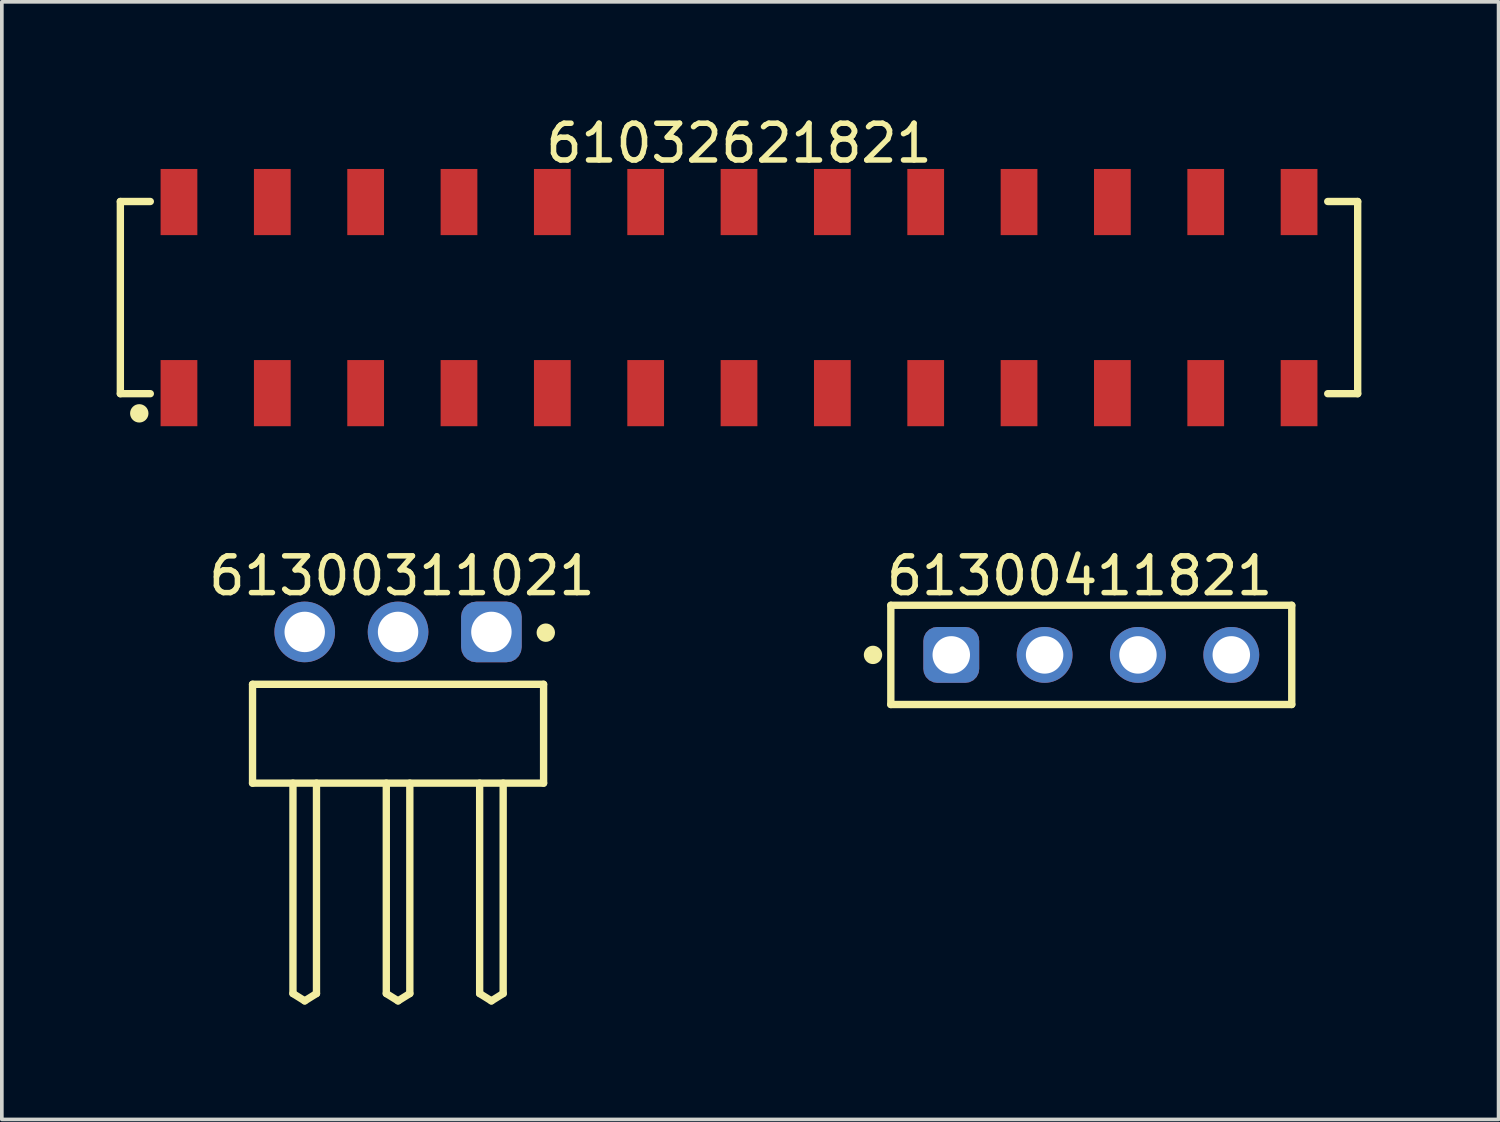
<source format=kicad_pcb>
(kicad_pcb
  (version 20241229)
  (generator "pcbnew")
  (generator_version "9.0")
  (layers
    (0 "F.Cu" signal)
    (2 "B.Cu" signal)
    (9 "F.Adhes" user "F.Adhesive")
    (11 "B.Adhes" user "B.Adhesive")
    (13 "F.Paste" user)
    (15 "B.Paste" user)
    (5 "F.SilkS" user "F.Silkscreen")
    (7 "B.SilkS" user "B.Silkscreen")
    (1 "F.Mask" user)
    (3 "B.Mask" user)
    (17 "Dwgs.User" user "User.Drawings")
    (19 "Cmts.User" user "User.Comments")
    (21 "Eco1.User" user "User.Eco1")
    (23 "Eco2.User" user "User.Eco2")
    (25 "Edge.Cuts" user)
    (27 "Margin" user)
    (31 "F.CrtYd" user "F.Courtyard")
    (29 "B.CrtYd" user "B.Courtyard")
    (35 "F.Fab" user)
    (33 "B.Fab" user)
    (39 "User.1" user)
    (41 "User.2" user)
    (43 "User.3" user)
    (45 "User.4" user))
  (footprint "61300411821"
    (layer "F.Cu")
    (at 26.646 14.771)
    (property "Reference" "61300411821" (at -0.318 -2.15 0) (layer "F.SilkS") (effects (font (size 1 1) (thickness 0.15))))
    (fp_line (start -5.455 -1.35) (end 5.455 -1.35) (stroke (width 0.2) (type solid)) (layer "F.SilkS"))
    (fp_line (start -5.455 1.35) (end -5.455 -1.35) (stroke (width 0.2) (type solid)) (layer "F.SilkS"))
    (fp_line (start -5.455 1.35) (end 5.455 1.35) (stroke (width 0.2) (type solid)) (layer "F.SilkS"))
    (fp_line (start 5.455 1.35) (end 5.455 -1.35) (stroke (width 0.2) (type solid)) (layer "F.SilkS"))
    (fp_circle (center -5.94 0) (end -5.94 -0.125) (stroke (width 0.25) (type solid)) (fill no) (layer "F.SilkS"))
    (fp_line (start -5.655 -1.55) (end 5.655 -1.55) (stroke (width 0.05) (type solid)) (layer "Eco2.User"))
    (fp_line (start -5.655 1.55) (end -5.655 -1.55) (stroke (width 0.05) (type solid)) (layer "Eco2.User"))
    (fp_line (start -5.655 1.55) (end 5.655 1.55) (stroke (width 0.05) (type solid)) (layer "Eco2.User"))
    (fp_line (start -5.33 -1.25) (end 5.33 -1.25) (stroke (width 0.1) (type solid)) (layer "Eco2.User"))
    (fp_line (start -5.33 1.25) (end -5.33 -1.25) (stroke (width 0.1) (type solid)) (layer "Eco2.User"))
    (fp_line (start -5.33 1.25) (end 5.33 1.25) (stroke (width 0.1) (type solid)) (layer "Eco2.User"))
    (fp_line (start -0.5 0) (end 0.5 0) (stroke (width 0.05) (type solid)) (layer "Eco2.User"))
    (fp_line (start 0 0.5) (end 0 -0.5) (stroke (width 0.05) (type solid)) (layer "Eco2.User"))
    (fp_line (start 5.33 1.25) (end 5.33 -1.25) (stroke (width 0.1) (type solid)) (layer "Eco2.User"))
    (fp_line (start 5.655 1.55) (end 5.655 -1.55) (stroke (width 0.05) (type solid)) (layer "Eco2.User"))
    (fp_text user "${REFERENCE}" (at 0.15 -0.197 0) (unlocked yes) (layer "User.3") (effects (font (size 1.5 1.5) (thickness 0.15))))
    (pad "1" thru_hole roundrect (at -3.81 0) (size 1.52 1.52) (drill 1.02) (layers "*.Cu" "*.Mask") (roundrect_rratio 0.25))
    (pad "2" thru_hole circle (at -1.27 0) (size 1.52 1.52) (drill 1.02) (layers "*.Cu" "*.Mask"))
    (pad "3" thru_hole circle (at 1.27 0) (size 1.52 1.52) (drill 1.02) (layers "*.Cu" "*.Mask"))
    (pad "4" thru_hole circle (at 3.81 0) (size 1.52 1.52) (drill 1.02) (layers "*.Cu" "*.Mask")))
  (footprint "61032621821"
    (layer "F.Cu")
    (at 17.06 5.048)
    (property "Reference" "61032621821" (at 0 -4.2 0) (layer "F.SilkS") (effects (font (size 1 1) (thickness 0.15))))
    (fp_line (start -16.835 -2.615) (end -16.02 -2.615) (stroke (width 0.2) (type solid)) (layer "F.SilkS"))
    (fp_line (start -16.835 2.615) (end -16.835 -2.615) (stroke (width 0.2) (type solid)) (layer "F.SilkS"))
    (fp_line (start -16.835 2.615) (end -16.02 2.615) (stroke (width 0.2) (type solid)) (layer "F.SilkS"))
    (fp_line (start 16.02 -2.615) (end 16.835 -2.615) (stroke (width 0.2) (type solid)) (layer "F.SilkS"))
    (fp_line (start 16.02 2.615) (end 16.835 2.615) (stroke (width 0.2) (type solid)) (layer "F.SilkS"))
    (fp_line (start 16.835 2.615) (end 16.835 -2.615) (stroke (width 0.2) (type solid)) (layer "F.SilkS"))
    (fp_circle (center -16.32 3.15) (end -16.32 3.025) (stroke (width 0.25) (type solid)) (fill no) (layer "F.SilkS"))
    (fp_line (start -17.035 -3.7) (end 17.035 -3.7) (stroke (width 0.05) (type solid)) (layer "Eco2.User"))
    (fp_line (start -17.035 3.7) (end -17.035 -3.7) (stroke (width 0.05) (type solid)) (layer "Eco2.User"))
    (fp_line (start -17.035 3.7) (end 17.035 3.7) (stroke (width 0.05) (type solid)) (layer "Eco2.User"))
    (fp_line (start -16.76 -2.54) (end 16.76 -2.54) (stroke (width 0.1) (type solid)) (layer "Eco2.User"))
    (fp_line (start -16.76 2.54) (end -16.76 -2.54) (stroke (width 0.1) (type solid)) (layer "Eco2.User"))
    (fp_line (start -16.76 2.54) (end 16.76 2.54) (stroke (width 0.1) (type solid)) (layer "Eco2.User"))
    (fp_line (start -15.56 -3.35) (end -14.92 -3.35) (stroke (width 0.1) (type solid)) (layer "Eco2.User"))
    (fp_line (start -15.56 -2.54) (end -15.56 -3.35) (stroke (width 0.1) (type solid)) (layer "Eco2.User"))
    (fp_line (start -15.56 3.35) (end -15.56 2.54) (stroke (width 0.1) (type solid)) (layer "Eco2.User"))
    (fp_line (start -15.56 3.35) (end -14.92 3.35) (stroke (width 0.1) (type solid)) (layer "Eco2.User"))
    (fp_line (start -14.92 -2.54) (end -14.92 -3.35) (stroke (width 0.1) (type solid)) (layer "Eco2.User"))
    (fp_line (start -14.92 3.35) (end -14.92 2.54) (stroke (width 0.1) (type solid)) (layer "Eco2.User"))
    (fp_line (start -13.02 -3.35) (end -12.38 -3.35) (stroke (width 0.1) (type solid)) (layer "Eco2.User"))
    (fp_line (start -13.02 -2.54) (end -13.02 -3.35) (stroke (width 0.1) (type solid)) (layer "Eco2.User"))
    (fp_line (start -13.02 3.35) (end -13.02 2.54) (stroke (width 0.1) (type solid)) (layer "Eco2.User"))
    (fp_line (start -13.02 3.35) (end -12.38 3.35) (stroke (width 0.1) (type solid)) (layer "Eco2.User"))
    (fp_line (start -12.38 -2.54) (end -12.38 -3.35) (stroke (width 0.1) (type solid)) (layer "Eco2.User"))
    (fp_line (start -12.38 3.35) (end -12.38 2.54) (stroke (width 0.1) (type solid)) (layer "Eco2.User"))
    (fp_line (start -10.48 -3.35) (end -9.84 -3.35) (stroke (width 0.1) (type solid)) (layer "Eco2.User"))
    (fp_line (start -10.48 -2.54) (end -10.48 -3.35) (stroke (width 0.1) (type solid)) (layer "Eco2.User"))
    (fp_line (start -10.48 3.35) (end -10.48 2.54) (stroke (width 0.1) (type solid)) (layer "Eco2.User"))
    (fp_line (start -10.48 3.35) (end -9.84 3.35) (stroke (width 0.1) (type solid)) (layer "Eco2.User"))
    (fp_line (start -9.84 -2.54) (end -9.84 -3.35) (stroke (width 0.1) (type solid)) (layer "Eco2.User"))
    (fp_line (start -9.84 3.35) (end -9.84 2.54) (stroke (width 0.1) (type solid)) (layer "Eco2.User"))
    (fp_line (start -7.94 -3.35) (end -7.3 -3.35) (stroke (width 0.1) (type solid)) (layer "Eco2.User"))
    (fp_line (start -7.94 -2.54) (end -7.94 -3.35) (stroke (width 0.1) (type solid)) (layer "Eco2.User"))
    (fp_line (start -7.94 3.35) (end -7.94 2.54) (stroke (width 0.1) (type solid)) (layer "Eco2.User"))
    (fp_line (start -7.94 3.35) (end -7.3 3.35) (stroke (width 0.1) (type solid)) (layer "Eco2.User"))
    (fp_line (start -7.3 -2.54) (end -7.3 -3.35) (stroke (width 0.1) (type solid)) (layer "Eco2.User"))
    (fp_line (start -7.3 3.35) (end -7.3 2.54) (stroke (width 0.1) (type solid)) (layer "Eco2.User"))
    (fp_line (start -5.4 -3.35) (end -4.76 -3.35) (stroke (width 0.1) (type solid)) (layer "Eco2.User"))
    (fp_line (start -5.4 -2.54) (end -5.4 -3.35) (stroke (width 0.1) (type solid)) (layer "Eco2.User"))
    (fp_line (start -5.4 3.35) (end -5.4 2.54) (stroke (width 0.1) (type solid)) (layer "Eco2.User"))
    (fp_line (start -5.4 3.35) (end -4.76 3.35) (stroke (width 0.1) (type solid)) (layer "Eco2.User"))
    (fp_line (start -4.76 -2.54) (end -4.76 -3.35) (stroke (width 0.1) (type solid)) (layer "Eco2.User"))
    (fp_line (start -4.76 3.35) (end -4.76 2.54) (stroke (width 0.1) (type solid)) (layer "Eco2.User"))
    (fp_line (start -2.86 -3.35) (end -2.22 -3.35) (stroke (width 0.1) (type solid)) (layer "Eco2.User"))
    (fp_line (start -2.86 -2.54) (end -2.86 -3.35) (stroke (width 0.1) (type solid)) (layer "Eco2.User"))
    (fp_line (start -2.86 3.35) (end -2.86 2.54) (stroke (width 0.1) (type solid)) (layer "Eco2.User"))
    (fp_line (start -2.86 3.35) (end -2.22 3.35) (stroke (width 0.1) (type solid)) (layer "Eco2.User"))
    (fp_line (start -2.22 -2.54) (end -2.22 -3.35) (stroke (width 0.1) (type solid)) (layer "Eco2.User"))
    (fp_line (start -2.22 3.35) (end -2.22 2.54) (stroke (width 0.1) (type solid)) (layer "Eco2.User"))
    (fp_line (start -0.5 0) (end 0.5 0) (stroke (width 0.05) (type solid)) (layer "Eco2.User"))
    (fp_line (start -0.32 -3.35) (end 0.32 -3.35) (stroke (width 0.1) (type solid)) (layer "Eco2.User"))
    (fp_line (start -0.32 -2.54) (end -0.32 -3.35) (stroke (width 0.1) (type solid)) (layer "Eco2.User"))
    (fp_line (start -0.32 3.35) (end -0.32 2.54) (stroke (width 0.1) (type solid)) (layer "Eco2.User"))
    (fp_line (start -0.32 3.35) (end 0.32 3.35) (stroke (width 0.1) (type solid)) (layer "Eco2.User"))
    (fp_line (start 0 0.5) (end 0 -0.5) (stroke (width 0.05) (type solid)) (layer "Eco2.User"))
    (fp_line (start 0.32 -2.54) (end 0.32 -3.35) (stroke (width 0.1) (type solid)) (layer "Eco2.User"))
    (fp_line (start 0.32 3.35) (end 0.32 2.54) (stroke (width 0.1) (type solid)) (layer "Eco2.User"))
    (fp_line (start 2.22 -3.35) (end 2.86 -3.35) (stroke (width 0.1) (type solid)) (layer "Eco2.User"))
    (fp_line (start 2.22 -2.54) (end 2.22 -3.35) (stroke (width 0.1) (type solid)) (layer "Eco2.User"))
    (fp_line (start 2.22 3.35) (end 2.22 2.54) (stroke (width 0.1) (type solid)) (layer "Eco2.User"))
    (fp_line (start 2.22 3.35) (end 2.86 3.35) (stroke (width 0.1) (type solid)) (layer "Eco2.User"))
    (fp_line (start 2.86 -2.54) (end 2.86 -3.35) (stroke (width 0.1) (type solid)) (layer "Eco2.User"))
    (fp_line (start 2.86 3.35) (end 2.86 2.54) (stroke (width 0.1) (type solid)) (layer "Eco2.User"))
    (fp_line (start 4.76 -3.35) (end 5.4 -3.35) (stroke (width 0.1) (type solid)) (layer "Eco2.User"))
    (fp_line (start 4.76 -2.54) (end 4.76 -3.35) (stroke (width 0.1) (type solid)) (layer "Eco2.User"))
    (fp_line (start 4.76 3.35) (end 4.76 2.54) (stroke (width 0.1) (type solid)) (layer "Eco2.User"))
    (fp_line (start 4.76 3.35) (end 5.4 3.35) (stroke (width 0.1) (type solid)) (layer "Eco2.User"))
    (fp_line (start 5.4 -2.54) (end 5.4 -3.35) (stroke (width 0.1) (type solid)) (layer "Eco2.User"))
    (fp_line (start 5.4 3.35) (end 5.4 2.54) (stroke (width 0.1) (type solid)) (layer "Eco2.User"))
    (fp_line (start 7.3 -3.35) (end 7.94 -3.35) (stroke (width 0.1) (type solid)) (layer "Eco2.User"))
    (fp_line (start 7.3 -2.54) (end 7.3 -3.35) (stroke (width 0.1) (type solid)) (layer "Eco2.User"))
    (fp_line (start 7.3 3.35) (end 7.3 2.54) (stroke (width 0.1) (type solid)) (layer "Eco2.User"))
    (fp_line (start 7.3 3.35) (end 7.94 3.35) (stroke (width 0.1) (type solid)) (layer "Eco2.User"))
    (fp_line (start 7.94 -2.54) (end 7.94 -3.35) (stroke (width 0.1) (type solid)) (layer "Eco2.User"))
    (fp_line (start 7.94 3.35) (end 7.94 2.54) (stroke (width 0.1) (type solid)) (layer "Eco2.User"))
    (fp_line (start 9.84 -3.35) (end 10.48 -3.35) (stroke (width 0.1) (type solid)) (layer "Eco2.User"))
    (fp_line (start 9.84 -2.54) (end 9.84 -3.35) (stroke (width 0.1) (type solid)) (layer "Eco2.User"))
    (fp_line (start 9.84 3.35) (end 9.84 2.54) (stroke (width 0.1) (type solid)) (layer "Eco2.User"))
    (fp_line (start 9.84 3.35) (end 10.48 3.35) (stroke (width 0.1) (type solid)) (layer "Eco2.User"))
    (fp_line (start 10.48 -2.54) (end 10.48 -3.35) (stroke (width 0.1) (type solid)) (layer "Eco2.User"))
    (fp_line (start 10.48 3.35) (end 10.48 2.54) (stroke (width 0.1) (type solid)) (layer "Eco2.User"))
    (fp_line (start 12.38 -3.35) (end 13.02 -3.35) (stroke (width 0.1) (type solid)) (layer "Eco2.User"))
    (fp_line (start 12.38 -2.54) (end 12.38 -3.35) (stroke (width 0.1) (type solid)) (layer "Eco2.User"))
    (fp_line (start 12.38 3.35) (end 12.38 2.54) (stroke (width 0.1) (type solid)) (layer "Eco2.User"))
    (fp_line (start 12.38 3.35) (end 13.02 3.35) (stroke (width 0.1) (type solid)) (layer "Eco2.User"))
    (fp_line (start 13.02 -2.54) (end 13.02 -3.35) (stroke (width 0.1) (type solid)) (layer "Eco2.User"))
    (fp_line (start 13.02 3.35) (end 13.02 2.54) (stroke (width 0.1) (type solid)) (layer "Eco2.User"))
    (fp_line (start 14.92 -3.35) (end 15.56 -3.35) (stroke (width 0.1) (type solid)) (layer "Eco2.User"))
    (fp_line (start 14.92 -2.54) (end 14.92 -3.35) (stroke (width 0.1) (type solid)) (layer "Eco2.User"))
    (fp_line (start 14.92 3.35) (end 14.92 2.54) (stroke (width 0.1) (type solid)) (layer "Eco2.User"))
    (fp_line (start 14.92 3.35) (end 15.56 3.35) (stroke (width 0.1) (type solid)) (layer "Eco2.User"))
    (fp_line (start 15.56 -2.54) (end 15.56 -3.35) (stroke (width 0.1) (type solid)) (layer "Eco2.User"))
    (fp_line (start 15.56 3.35) (end 15.56 2.54) (stroke (width 0.1) (type solid)) (layer "Eco2.User"))
    (fp_line (start 16.76 2.54) (end 16.76 -2.54) (stroke (width 0.1) (type solid)) (layer "Eco2.User"))
    (fp_line (start 17.035 3.7) (end 17.035 -3.7) (stroke (width 0.05) (type solid)) (layer "Eco2.User"))
    (fp_text user "${REFERENCE}" (at 0.15 -0.197 0) (unlocked yes) (layer "User.3") (effects (font (size 1.5 1.5) (thickness 0.15))))
    (pad "1" smd rect (at -15.24 2.6) (size 1 1.8) (layers "F.Cu" "F.Mask" "F.Paste"))
    (pad "2" smd rect (at -15.24 -2.6) (size 1 1.8) (layers "F.Cu" "F.Mask" "F.Paste"))
    (pad "3" smd rect (at -12.7 2.6) (size 1 1.8) (layers "F.Cu" "F.Mask" "F.Paste"))
    (pad "4" smd rect (at -12.7 -2.6) (size 1 1.8) (layers "F.Cu" "F.Mask" "F.Paste"))
    (pad "5" smd rect (at -10.16 2.6) (size 1 1.8) (layers "F.Cu" "F.Mask" "F.Paste"))
    (pad "6" smd rect (at -10.16 -2.6) (size 1 1.8) (layers "F.Cu" "F.Mask" "F.Paste"))
    (pad "7" smd rect (at -7.62 2.6) (size 1 1.8) (layers "F.Cu" "F.Mask" "F.Paste"))
    (pad "8" smd rect (at -7.62 -2.6) (size 1 1.8) (layers "F.Cu" "F.Mask" "F.Paste"))
    (pad "9" smd rect (at -5.08 2.6) (size 1 1.8) (layers "F.Cu" "F.Mask" "F.Paste"))
    (pad "10" smd rect (at -5.08 -2.6) (size 1 1.8) (layers "F.Cu" "F.Mask" "F.Paste"))
    (pad "11" smd rect (at -2.54 2.6) (size 1 1.8) (layers "F.Cu" "F.Mask" "F.Paste"))
    (pad "12" smd rect (at -2.54 -2.6) (size 1 1.8) (layers "F.Cu" "F.Mask" "F.Paste"))
    (pad "13" smd rect (at 0 2.6) (size 1 1.8) (layers "F.Cu" "F.Mask" "F.Paste"))
    (pad "14" smd rect (at 0 -2.6) (size 1 1.8) (layers "F.Cu" "F.Mask" "F.Paste"))
    (pad "15" smd rect (at 2.54 2.6) (size 1 1.8) (layers "F.Cu" "F.Mask" "F.Paste"))
    (pad "16" smd rect (at 2.54 -2.6) (size 1 1.8) (layers "F.Cu" "F.Mask" "F.Paste"))
    (pad "17" smd rect (at 5.08 2.6) (size 1 1.8) (layers "F.Cu" "F.Mask" "F.Paste"))
    (pad "18" smd rect (at 5.08 -2.6) (size 1 1.8) (layers "F.Cu" "F.Mask" "F.Paste"))
    (pad "19" smd rect (at 7.62 2.6) (size 1 1.8) (layers "F.Cu" "F.Mask" "F.Paste"))
    (pad "20" smd rect (at 7.62 -2.6) (size 1 1.8) (layers "F.Cu" "F.Mask" "F.Paste"))
    (pad "21" smd rect (at 10.16 2.6) (size 1 1.8) (layers "F.Cu" "F.Mask" "F.Paste"))
    (pad "22" smd rect (at 10.16 -2.6) (size 1 1.8) (layers "F.Cu" "F.Mask" "F.Paste"))
    (pad "23" smd rect (at 12.7 2.6) (size 1 1.8) (layers "F.Cu" "F.Mask" "F.Paste"))
    (pad "24" smd rect (at 12.7 -2.6) (size 1 1.8) (layers "F.Cu" "F.Mask" "F.Paste"))
    (pad "25" smd rect (at 15.24 2.6) (size 1 1.8) (layers "F.Cu" "F.Mask" "F.Paste"))
    (pad "26" smd rect (at 15.24 -2.6) (size 1 1.8) (layers "F.Cu" "F.Mask" "F.Paste")))
  (footprint "61300311021"
    (layer "F.Cu")
    (at 7.782 16.916)
    (property "Reference" "61300311021" (at 0.105 -4.295 0) (layer "F.SilkS") (effects (font (size 1 1) (thickness 0.15))))
    (fp_line (start -3.96 -1.345) (end 3.96 -1.345) (stroke (width 0.2) (type solid)) (layer "F.SilkS"))
    (fp_line (start -3.96 1.345) (end -3.96 -1.345) (stroke (width 0.2) (type solid)) (layer "F.SilkS"))
    (fp_line (start -3.96 1.345) (end 3.96 1.345) (stroke (width 0.2) (type solid)) (layer "F.SilkS"))
    (fp_line (start -2.86 7.07) (end -2.86 1.345) (stroke (width 0.2) (type solid)) (layer "F.SilkS"))
    (fp_line (start -2.86 7.07) (end -2.54 7.27) (stroke (width 0.2) (type solid)) (layer "F.SilkS"))
    (fp_line (start -2.54 7.27) (end -2.22 7.07) (stroke (width 0.2) (type solid)) (layer "F.SilkS"))
    (fp_line (start -2.22 7.07) (end -2.22 1.345) (stroke (width 0.2) (type solid)) (layer "F.SilkS"))
    (fp_line (start -0.32 7.07) (end -0.32 1.345) (stroke (width 0.2) (type solid)) (layer "F.SilkS"))
    (fp_line (start -0.32 7.07) (end 0 7.27) (stroke (width 0.2) (type solid)) (layer "F.SilkS"))
    (fp_line (start 0 7.27) (end 0.32 7.07) (stroke (width 0.2) (type solid)) (layer "F.SilkS"))
    (fp_line (start 0.32 7.07) (end 0.32 1.345) (stroke (width 0.2) (type solid)) (layer "F.SilkS"))
    (fp_line (start 2.22 7.07) (end 2.22 1.345) (stroke (width 0.2) (type solid)) (layer "F.SilkS"))
    (fp_line (start 2.22 7.07) (end 2.54 7.27) (stroke (width 0.2) (type solid)) (layer "F.SilkS"))
    (fp_line (start 2.54 7.27) (end 2.86 7.07) (stroke (width 0.2) (type solid)) (layer "F.SilkS"))
    (fp_line (start 2.86 7.07) (end 2.86 1.345) (stroke (width 0.2) (type solid)) (layer "F.SilkS"))
    (fp_line (start 3.96 1.345) (end 3.96 -1.345) (stroke (width 0.2) (type solid)) (layer "F.SilkS"))
    (fp_circle (center 4.02 -2.75) (end 4.02 -2.875) (stroke (width 0.25) (type solid)) (fill no) (layer "F.SilkS"))
    (fp_line (start -4.16 -3.795) (end 4.16 -3.795) (stroke (width 0.05) (type solid)) (layer "Eco2.User"))
    (fp_line (start -4.16 7.47) (end -4.16 -3.795) (stroke (width 0.05) (type solid)) (layer "Eco2.User"))
    (fp_line (start -4.16 7.47) (end 4.16 7.47) (stroke (width 0.05) (type solid)) (layer "Eco2.User"))
    (fp_line (start -3.81 -1.27) (end 3.81 -1.27) (stroke (width 0.1) (type solid)) (layer "Eco2.User"))
    (fp_line (start -3.81 1.27) (end -3.81 -1.27) (stroke (width 0.1) (type solid)) (layer "Eco2.User"))
    (fp_line (start -3.81 1.27) (end 3.81 1.27) (stroke (width 0.1) (type solid)) (layer "Eco2.User"))
    (fp_line (start -2.86 -3.09) (end -2.22 -3.09) (stroke (width 0.1) (type solid)) (layer "Eco2.User"))
    (fp_line (start -2.86 -1.27) (end -2.86 -3.09) (stroke (width 0.1) (type solid)) (layer "Eco2.User"))
    (fp_line (start -2.86 7.07) (end -2.86 1.27) (stroke (width 0.1) (type solid)) (layer "Eco2.User"))
    (fp_line (start -2.86 7.07) (end -2.54 7.27) (stroke (width 0.1) (type solid)) (layer "Eco2.User"))
    (fp_line (start -2.54 7.27) (end -2.22 7.07) (stroke (width 0.1) (type solid)) (layer "Eco2.User"))
    (fp_line (start -2.22 -1.27) (end -2.22 -3.09) (stroke (width 0.1) (type solid)) (layer "Eco2.User"))
    (fp_line (start -2.22 7.07) (end -2.22 1.27) (stroke (width 0.1) (type solid)) (layer "Eco2.User"))
    (fp_line (start -0.5 0) (end 0.5 0) (stroke (width 0.05) (type solid)) (layer "Eco2.User"))
    (fp_line (start -0.32 -3.09) (end 0.32 -3.09) (stroke (width 0.1) (type solid)) (layer "Eco2.User"))
    (fp_line (start -0.32 -1.27) (end -0.32 -3.09) (stroke (width 0.1) (type solid)) (layer "Eco2.User"))
    (fp_line (start -0.32 7.07) (end -0.32 1.27) (stroke (width 0.1) (type solid)) (layer "Eco2.User"))
    (fp_line (start -0.32 7.07) (end 0 7.27) (stroke (width 0.1) (type solid)) (layer "Eco2.User"))
    (fp_line (start 0 0.5) (end 0 -0.5) (stroke (width 0.05) (type solid)) (layer "Eco2.User"))
    (fp_line (start 0 7.27) (end 0.32 7.07) (stroke (width 0.1) (type solid)) (layer "Eco2.User"))
    (fp_line (start 0.32 -1.27) (end 0.32 -3.09) (stroke (width 0.1) (type solid)) (layer "Eco2.User"))
    (fp_line (start 0.32 7.07) (end 0.32 1.27) (stroke (width 0.1) (type solid)) (layer "Eco2.User"))
    (fp_line (start 2.22 -3.09) (end 2.86 -3.09) (stroke (width 0.1) (type solid)) (layer "Eco2.User"))
    (fp_line (start 2.22 -1.27) (end 2.22 -3.09) (stroke (width 0.1) (type solid)) (layer "Eco2.User"))
    (fp_line (start 2.22 7.07) (end 2.22 1.27) (stroke (width 0.1) (type solid)) (layer "Eco2.User"))
    (fp_line (start 2.22 7.07) (end 2.54 7.27) (stroke (width 0.1) (type solid)) (layer "Eco2.User"))
    (fp_line (start 2.54 7.27) (end 2.86 7.07) (stroke (width 0.1) (type solid)) (layer "Eco2.User"))
    (fp_line (start 2.86 -1.27) (end 2.86 -3.09) (stroke (width 0.1) (type solid)) (layer "Eco2.User"))
    (fp_line (start 2.86 7.07) (end 2.86 1.27) (stroke (width 0.1) (type solid)) (layer "Eco2.User"))
    (fp_line (start 3.81 1.27) (end 3.81 -1.27) (stroke (width 0.1) (type solid)) (layer "Eco2.User"))
    (fp_line (start 4.16 7.47) (end 4.16 -3.795) (stroke (width 0.05) (type solid)) (layer "Eco2.User"))
    (fp_text user "${REFERENCE}" (at 0.15 -0.197 0) (unlocked yes) (layer "User.3") (effects (font (size 1.5 1.5) (thickness 0.15))))
    (pad "1" thru_hole roundrect (at 2.54 -2.77) (size 1.65 1.65) (drill 1.1) (layers "*.Cu" "*.Mask") (roundrect_rratio 0.25))
    (pad "2" thru_hole circle (at 0 -2.77) (size 1.65 1.65) (drill 1.1) (layers "*.Cu" "*.Mask"))
    (pad "3" thru_hole circle (at -2.54 -2.77) (size 1.65 1.65) (drill 1.1) (layers "*.Cu" "*.Mask")))
  (gr_rect
    (start -3 -3)
    (end 37.729 27.412)
    (stroke (width 0.1) (type default))
    (fill no)
    (layer "Edge.Cuts")))
</source>
